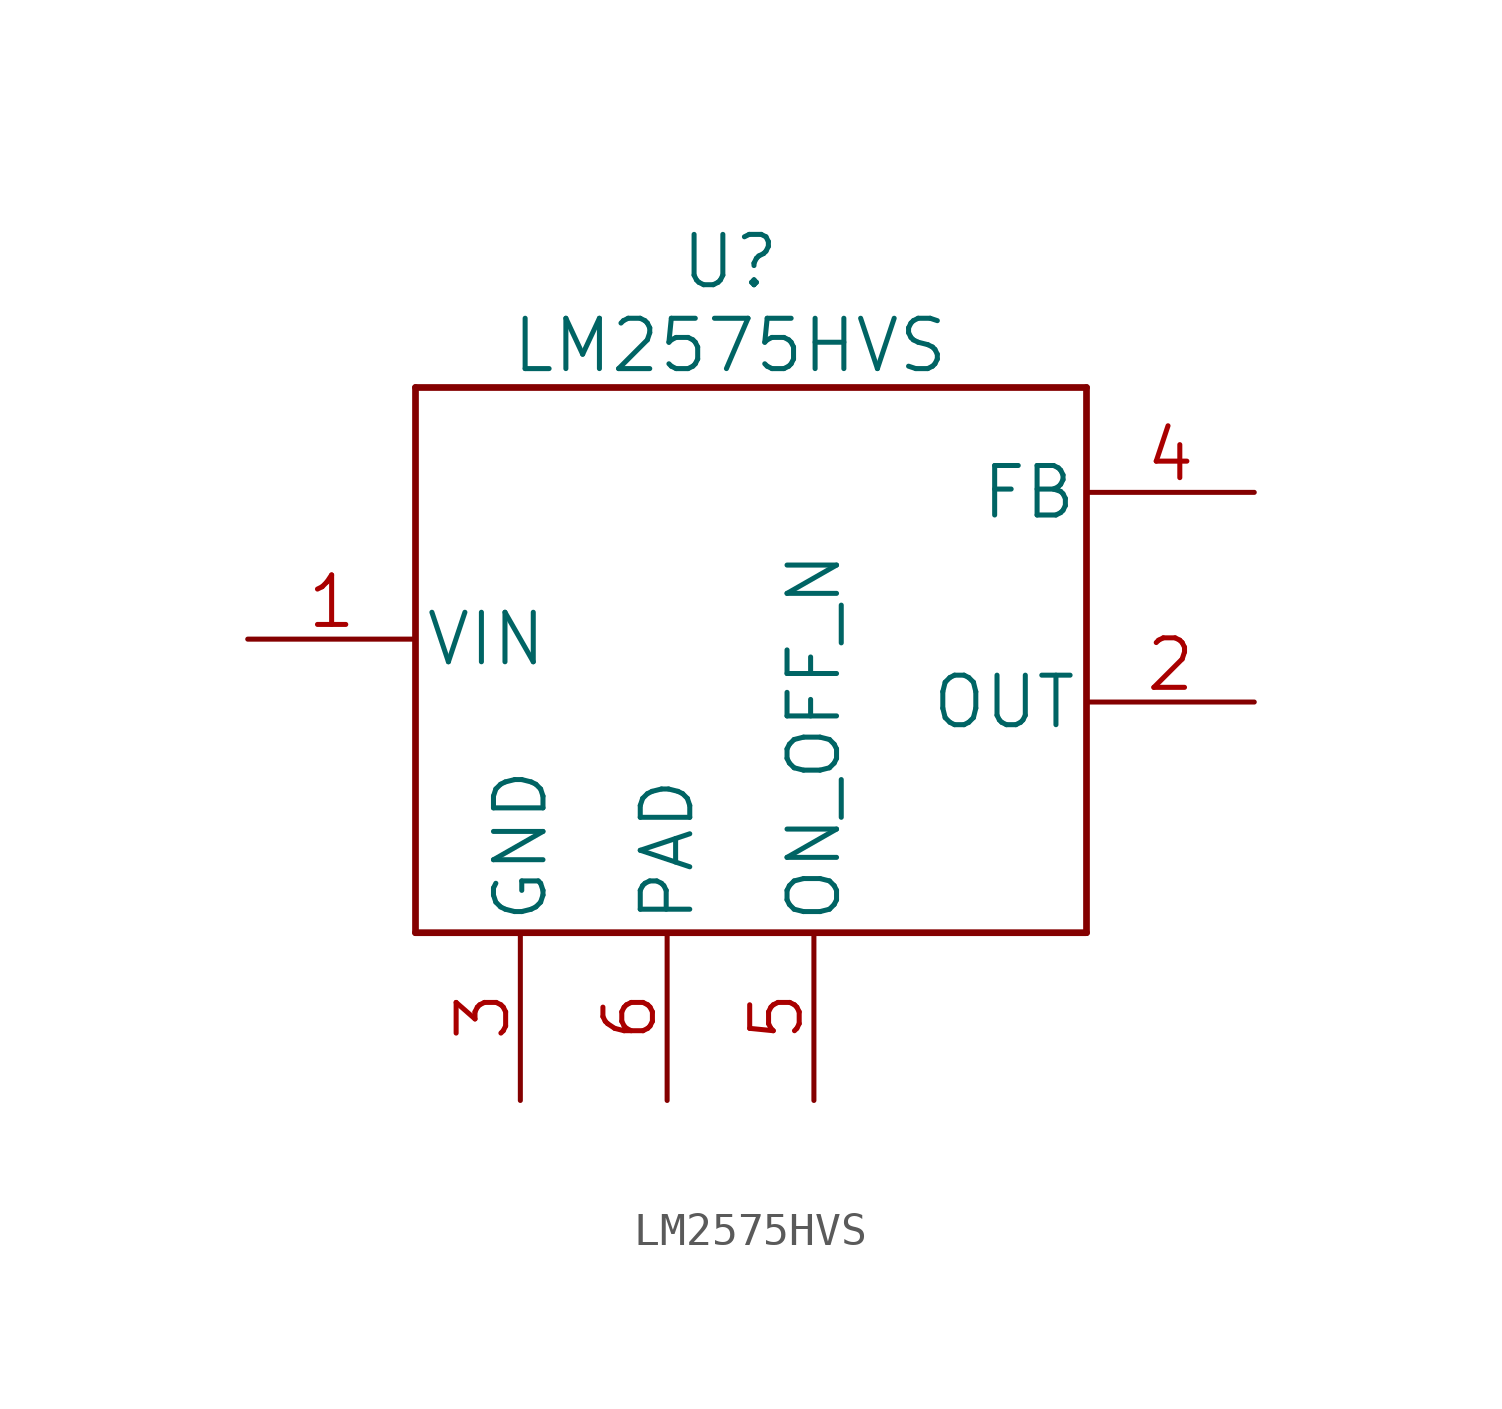
<source format=kicad_sym>
(kicad_symbol_lib
  (version 20211014)
  (generator kicad_symbol_editor)
  (symbol "LM2575HVS"
    (pin_names
      (offset 0.254))
    (property "Reference" "U"
      (at 0 12.7 0)
      (effects (font (size 1.524 1.524))))
    (property "Value" "LM2575HVS"
      (at 0 10.16 0)
      (effects (font (size 1.524 1.524))))
    (symbol "LM2575HVS_1_1"
      (polyline (pts (xy -9.525 -7.62) (xy 10.795 -7.62)) (stroke (width 0.203) (type default) (color 0 0 0 0)) (fill (type none)))
      (polyline (pts (xy -9.525 8.89) (xy -9.525 -7.62)) (stroke (width 0.203) (type default) (color 0 0 0 0)) (fill (type none)))
      (polyline (pts (xy 10.795 -7.62) (xy 10.795 8.89)) (stroke (width 0.203) (type default) (color 0 0 0 0)) (fill (type none)))
      (polyline (pts (xy 10.795 8.89) (xy -9.525 8.89)) (stroke (width 0.203) (type default) (color 0 0 0 0)) (fill (type none)))
      (pin power_in line (at -14.605 1.27 0) (length 5.08) (name "VIN" (effects (font (size 1.499 1.499)))) (number "1" (effects (font (size 1.499 1.499)))))
      (pin output line (at 15.875 -0.635 180) (length 5.08) (name "OUT" (effects (font (size 1.499 1.499)))) (number "2" (effects (font (size 1.499 1.499)))))
      (pin power_in line (at -6.35 -12.7 90) (length 5.08) (name "GND" (effects (font (size 1.499 1.499)))) (number "3" (effects (font (size 1.499 1.499)))))
      (pin input line (at 15.875 5.715 180) (length 5.08) (name "FB" (effects (font (size 1.499 1.499)))) (number "4" (effects (font (size 1.499 1.499)))))
      (pin input line (at 2.54 -12.7 90) (length 5.08) (name "ON_OFF_N" (effects (font (size 1.499 1.499)))) (number "5" (effects (font (size 1.499 1.499)))))
      (pin unspecified line (at -1.905 -12.7 90) (length 5.08) (name "PAD" (effects (font (size 1.499 1.499)))) (number "6" (effects (font (size 1.499 1.499))))))))
</source>
